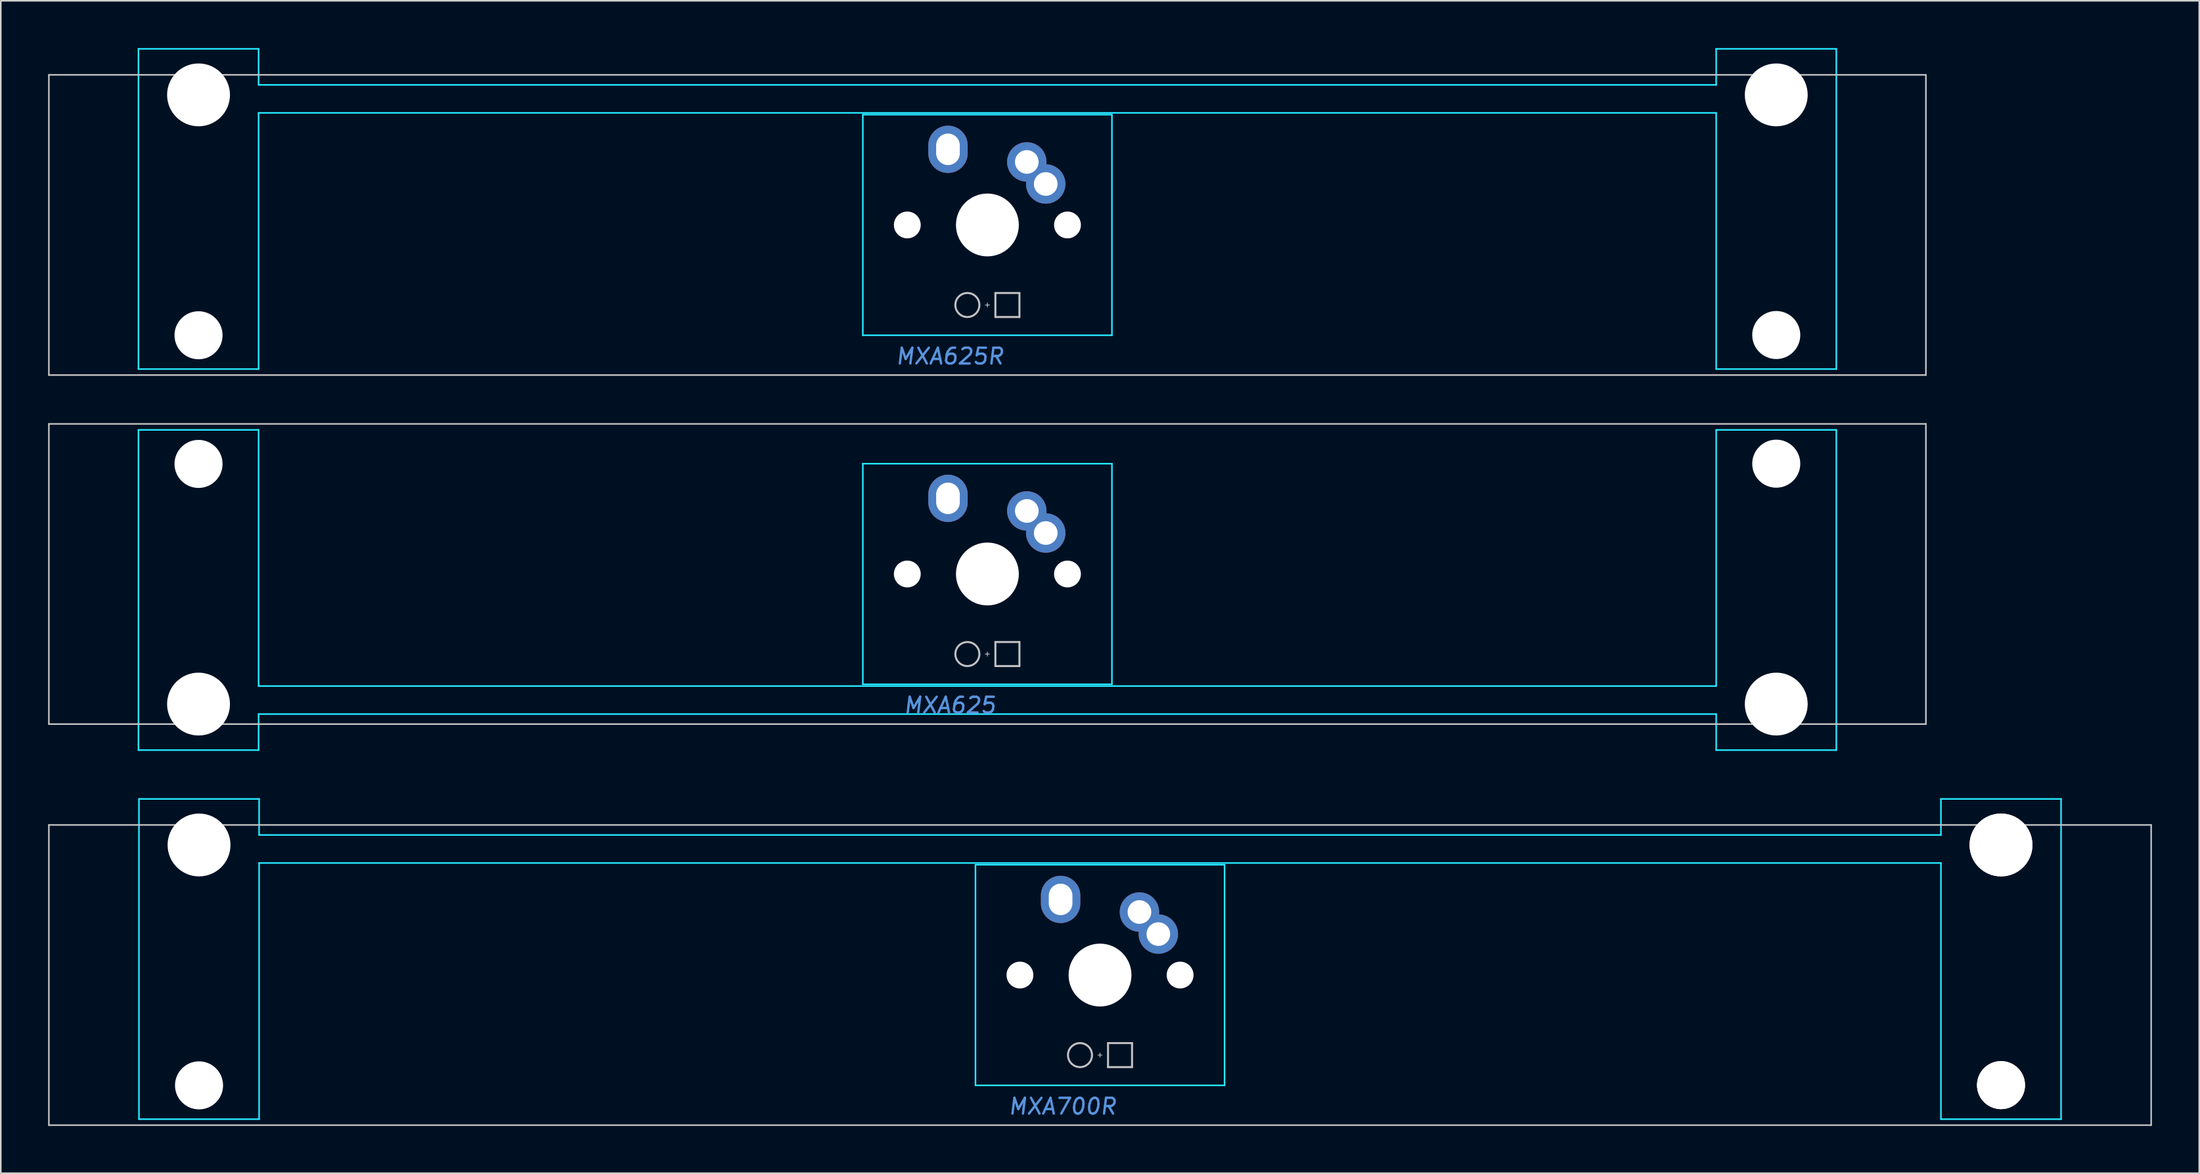
<source format=kicad_pcb>
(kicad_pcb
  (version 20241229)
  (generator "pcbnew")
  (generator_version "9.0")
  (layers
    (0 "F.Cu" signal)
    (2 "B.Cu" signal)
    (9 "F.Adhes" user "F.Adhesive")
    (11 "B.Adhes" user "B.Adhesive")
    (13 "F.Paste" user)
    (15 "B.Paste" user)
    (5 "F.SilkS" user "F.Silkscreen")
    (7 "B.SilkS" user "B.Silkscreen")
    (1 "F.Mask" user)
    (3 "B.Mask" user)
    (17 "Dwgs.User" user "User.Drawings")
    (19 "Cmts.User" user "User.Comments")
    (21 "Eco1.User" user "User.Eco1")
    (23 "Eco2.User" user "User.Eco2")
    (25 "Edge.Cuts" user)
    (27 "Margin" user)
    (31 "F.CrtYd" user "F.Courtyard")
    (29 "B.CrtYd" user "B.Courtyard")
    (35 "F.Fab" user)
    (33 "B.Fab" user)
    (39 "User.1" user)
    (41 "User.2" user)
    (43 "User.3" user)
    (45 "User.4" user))
  (footprint "MXA625"
    (layer "F.Cu")
    (at 59.581 33.376)
    (property "Reference" "MXA625" (at -2.381 8.334 0) (layer "Cmts.User") (effects (font (size 1 1) (thickness 0.15) (italic yes))))
    (attr through_hole)
    (fp_line (start -59.531 -9.525) (end -59.531 9.525) (stroke (width 0.1) (type solid)) (layer "Dwgs.User"))
    (fp_line (start -59.531 -9.525) (end 59.531 -9.525) (stroke (width 0.1) (type solid)) (layer "Dwgs.User"))
    (fp_line (start -59.531 9.525) (end 59.531 9.525) (stroke (width 0.1) (type solid)) (layer "Dwgs.User"))
    (fp_line (start -0.127 5.08) (end 0.127 5.08) (stroke (width 0.051) (type solid)) (layer "Dwgs.User"))
    (fp_line (start 0 5.207) (end 0 4.953) (stroke (width 0.051) (type solid)) (layer "Dwgs.User"))
    (fp_line (start 0.508 4.318) (end 0.508 5.842) (stroke (width 0.127) (type solid)) (layer "Dwgs.User"))
    (fp_line (start 0.508 4.318) (end 2.032 4.318) (stroke (width 0.127) (type solid)) (layer "Dwgs.User"))
    (fp_line (start 0.508 5.842) (end 2.032 5.842) (stroke (width 0.127) (type solid)) (layer "Dwgs.User"))
    (fp_line (start 2.032 5.842) (end 2.032 4.318) (stroke (width 0.127) (type solid)) (layer "Dwgs.User"))
    (fp_line (start 59.531 -9.525) (end 59.531 9.525) (stroke (width 0.1) (type solid)) (layer "Dwgs.User"))
    (fp_circle (center -1.27 5.08) (end -0.508 5.08) (stroke (width 0.127) (type solid)) (fill no) (layer "Dwgs.User"))
    (fp_line (start -53.848 -9.144) (end -53.848 11.176) (stroke (width 0.1) (type solid)) (layer "B.CrtYd"))
    (fp_line (start -53.848 -9.144) (end -46.228 -9.144) (stroke (width 0.1) (type solid)) (layer "B.CrtYd"))
    (fp_line (start -53.848 11.176) (end -46.228 11.176) (stroke (width 0.1) (type solid)) (layer "B.CrtYd"))
    (fp_line (start -46.228 7.112) (end -46.228 -9.144) (stroke (width 0.1) (type solid)) (layer "B.CrtYd"))
    (fp_line (start -46.228 7.112) (end 46.228 7.112) (stroke (width 0.1) (type solid)) (layer "B.CrtYd"))
    (fp_line (start -46.228 8.89) (end -46.228 11.176) (stroke (width 0.1) (type solid)) (layer "B.CrtYd"))
    (fp_line (start -46.228 8.89) (end 46.228 8.89) (stroke (width 0.1) (type solid)) (layer "B.CrtYd"))
    (fp_line (start -7.9 -7) (end 7.9 -7) (stroke (width 0.1) (type solid)) (layer "B.CrtYd"))
    (fp_line (start -7.9 7) (end -7.9 -7) (stroke (width 0.1) (type solid)) (layer "B.CrtYd"))
    (fp_line (start -7.9 7) (end 7.9 7) (stroke (width 0.1) (type solid)) (layer "B.CrtYd"))
    (fp_line (start 7.9 7) (end 7.9 -7) (stroke (width 0.1) (type solid)) (layer "B.CrtYd"))
    (fp_line (start 46.228 -9.144) (end 53.848 -9.144) (stroke (width 0.1) (type solid)) (layer "B.CrtYd"))
    (fp_line (start 46.228 7.112) (end 46.228 -9.144) (stroke (width 0.1) (type solid)) (layer "B.CrtYd"))
    (fp_line (start 46.228 8.89) (end 46.228 11.176) (stroke (width 0.1) (type solid)) (layer "B.CrtYd"))
    (fp_line (start 46.228 11.176) (end 53.848 11.176) (stroke (width 0.1) (type solid)) (layer "B.CrtYd"))
    (fp_line (start 53.848 -9.144) (end 53.848 11.176) (stroke (width 0.1) (type solid)) (layer "B.CrtYd"))
    (pad "" np_thru_hole circle (at -50.038 -6.985 180) (size 3.048 3.048) (drill 3.048) (layers "*.Cu" "*.Mask"))
    (pad "" np_thru_hole circle (at -50.038 8.255 180) (size 3.988 3.988) (drill 3.988) (layers "*.Cu" "*.Mask"))
    (pad "" np_thru_hole circle (at -5.08 0) (size 1.702 1.702) (drill 1.702) (layers "*.Cu" "*.Mask"))
    (pad "" np_thru_hole circle (at 0 0) (size 3.988 3.988) (drill 3.988) (layers "*.Cu" "*.Mask"))
    (pad "" np_thru_hole circle (at 5.08 0) (size 1.702 1.702) (drill 1.702) (layers "*.Cu" "*.Mask"))
    (pad "" np_thru_hole circle (at 50.038 -7 180) (size 3.048 3.048) (drill 3.048) (layers "*.Cu" "*.Mask"))
    (pad "" np_thru_hole circle (at 50.038 8.255 180) (size 3.988 3.988) (drill 3.988) (layers "*.Cu" "*.Mask"))
    (pad "1" thru_hole oval (at -2.5 -4.8) (size 2.5 3) (drill oval 1.5 2) (layers "*.Cu" "*.Mask"))
    (pad "2" thru_hole circle (at 2.5 -4) (size 2.5 2.5) (drill 1.5) (layers "*.Cu" "*.Mask"))
    (pad "2" thru_hole circle (at 3.7 -2.6) (size 2.5 2.5) (drill 1.5) (layers "*.Cu" "*.Mask")))
  (footprint "MXA625R"
    (layer "F.Cu")
    (at 59.581 11.226)
    (property "Reference" "MXA625R" (at -2.381 8.334 0) (layer "Cmts.User") (effects (font (size 1 1) (thickness 0.15) (italic yes))))
    (attr through_hole)
    (fp_line (start -59.531 -9.525) (end -59.531 9.525) (stroke (width 0.1) (type solid)) (layer "Dwgs.User"))
    (fp_line (start -59.531 -9.525) (end 59.531 -9.525) (stroke (width 0.1) (type solid)) (layer "Dwgs.User"))
    (fp_line (start -59.531 9.525) (end 59.531 9.525) (stroke (width 0.1) (type solid)) (layer "Dwgs.User"))
    (fp_line (start -0.127 5.08) (end 0.127 5.08) (stroke (width 0.051) (type solid)) (layer "Dwgs.User"))
    (fp_line (start 0 5.207) (end 0 4.953) (stroke (width 0.051) (type solid)) (layer "Dwgs.User"))
    (fp_line (start 0.508 4.318) (end 0.508 5.842) (stroke (width 0.127) (type solid)) (layer "Dwgs.User"))
    (fp_line (start 0.508 4.318) (end 2.032 4.318) (stroke (width 0.127) (type solid)) (layer "Dwgs.User"))
    (fp_line (start 0.508 5.842) (end 2.032 5.842) (stroke (width 0.127) (type solid)) (layer "Dwgs.User"))
    (fp_line (start 2.032 5.842) (end 2.032 4.318) (stroke (width 0.127) (type solid)) (layer "Dwgs.User"))
    (fp_line (start 59.531 -9.525) (end 59.531 9.525) (stroke (width 0.1) (type solid)) (layer "Dwgs.User"))
    (fp_circle (center -1.27 5.08) (end -0.508 5.08) (stroke (width 0.127) (type solid)) (fill no) (layer "Dwgs.User"))
    (fp_line (start -53.848 9.144) (end -53.848 -11.176) (stroke (width 0.1) (type solid)) (layer "B.CrtYd"))
    (fp_line (start -46.228 -11.176) (end -53.848 -11.176) (stroke (width 0.1) (type solid)) (layer "B.CrtYd"))
    (fp_line (start -46.228 -8.89) (end -46.228 -11.176) (stroke (width 0.1) (type solid)) (layer "B.CrtYd"))
    (fp_line (start -46.228 -7.112) (end -46.228 9.144) (stroke (width 0.1) (type solid)) (layer "B.CrtYd"))
    (fp_line (start -46.228 9.144) (end -53.848 9.144) (stroke (width 0.1) (type solid)) (layer "B.CrtYd"))
    (fp_line (start -7.9 -7) (end 7.9 -7) (stroke (width 0.1) (type solid)) (layer "B.CrtYd"))
    (fp_line (start -7.9 7) (end -7.9 -7) (stroke (width 0.1) (type solid)) (layer "B.CrtYd"))
    (fp_line (start -7.9 7) (end 7.9 7) (stroke (width 0.1) (type solid)) (layer "B.CrtYd"))
    (fp_line (start 7.9 7) (end 7.9 -7) (stroke (width 0.1) (type solid)) (layer "B.CrtYd"))
    (fp_line (start 46.228 -8.89) (end -46.228 -8.89) (stroke (width 0.1) (type solid)) (layer "B.CrtYd"))
    (fp_line (start 46.228 -8.89) (end 46.228 -11.176) (stroke (width 0.1) (type solid)) (layer "B.CrtYd"))
    (fp_line (start 46.228 -7.112) (end -46.228 -7.112) (stroke (width 0.1) (type solid)) (layer "B.CrtYd"))
    (fp_line (start 46.228 -7.112) (end 46.228 9.144) (stroke (width 0.1) (type solid)) (layer "B.CrtYd"))
    (fp_line (start 53.848 -11.176) (end 46.228 -11.176) (stroke (width 0.1) (type solid)) (layer "B.CrtYd"))
    (fp_line (start 53.848 9.144) (end 46.228 9.144) (stroke (width 0.1) (type solid)) (layer "B.CrtYd"))
    (fp_line (start 53.848 9.144) (end 53.848 -11.176) (stroke (width 0.1) (type solid)) (layer "B.CrtYd"))
    (pad "" np_thru_hole circle (at -50.038 -8.255) (size 3.988 3.988) (drill 3.988) (layers "*.Cu" "*.Mask"))
    (pad "" np_thru_hole circle (at -50.038 7) (size 3.048 3.048) (drill 3.048) (layers "*.Cu" "*.Mask"))
    (pad "" np_thru_hole circle (at -5.08 0) (size 1.702 1.702) (drill 1.702) (layers "*.Cu" "*.Mask"))
    (pad "" np_thru_hole circle (at 0 0) (size 3.988 3.988) (drill 3.988) (layers "*.Cu" "*.Mask"))
    (pad "" np_thru_hole circle (at 5.08 0) (size 1.702 1.702) (drill 1.702) (layers "*.Cu" "*.Mask"))
    (pad "" np_thru_hole circle (at 50.038 -8.255) (size 3.988 3.988) (drill 3.988) (layers "*.Cu" "*.Mask"))
    (pad "" np_thru_hole circle (at 50.038 6.985) (size 3.048 3.048) (drill 3.048) (layers "*.Cu" "*.Mask"))
    (pad "1" thru_hole oval (at -2.5 -4.8) (size 2.5 3) (drill oval 1.5 2) (layers "*.Cu" "*.Mask"))
    (pad "2" thru_hole circle (at 2.5 -4) (size 2.5 2.5) (drill 1.5) (layers "*.Cu" "*.Mask"))
    (pad "2" thru_hole circle (at 3.7 -2.6) (size 2.5 2.5) (drill 1.5) (layers "*.Cu" "*.Mask")))
  (footprint "MXA700R"
    (layer "F.Cu")
    (at 66.725 58.828)
    (property "Reference" "MXA700R" (at -2.381 8.334 0) (layer "Cmts.User") (effects (font (size 1 1) (thickness 0.15) (italic yes))))
    (attr through_hole)
    (fp_line (start -66.675 -9.525) (end -66.675 9.525) (stroke (width 0.1) (type solid)) (layer "Dwgs.User"))
    (fp_line (start -66.675 -9.525) (end 66.675 -9.525) (stroke (width 0.1) (type solid)) (layer "Dwgs.User"))
    (fp_line (start -66.675 9.525) (end 66.675 9.525) (stroke (width 0.1) (type solid)) (layer "Dwgs.User"))
    (fp_line (start -0.127 5.08) (end 0.127 5.08) (stroke (width 0.051) (type solid)) (layer "Dwgs.User"))
    (fp_line (start 0 5.207) (end 0 4.953) (stroke (width 0.051) (type solid)) (layer "Dwgs.User"))
    (fp_line (start 0.508 4.318) (end 0.508 5.842) (stroke (width 0.127) (type solid)) (layer "Dwgs.User"))
    (fp_line (start 0.508 4.318) (end 2.032 4.318) (stroke (width 0.127) (type solid)) (layer "Dwgs.User"))
    (fp_line (start 0.508 5.842) (end 2.032 5.842) (stroke (width 0.127) (type solid)) (layer "Dwgs.User"))
    (fp_line (start 2.032 5.842) (end 2.032 4.318) (stroke (width 0.127) (type solid)) (layer "Dwgs.User"))
    (fp_line (start 66.675 -9.525) (end 66.675 9.525) (stroke (width 0.1) (type solid)) (layer "Dwgs.User"))
    (fp_circle (center -1.27 5.08) (end -0.508 5.08) (stroke (width 0.127) (type solid)) (fill no) (layer "Dwgs.User"))
    (fp_line (start -60.96 9.144) (end -60.96 -11.176) (stroke (width 0.1) (type solid)) (layer "B.CrtYd"))
    (fp_line (start -53.34 -11.176) (end -60.96 -11.176) (stroke (width 0.1) (type solid)) (layer "B.CrtYd"))
    (fp_line (start -53.34 -8.89) (end -53.34 -11.176) (stroke (width 0.1) (type solid)) (layer "B.CrtYd"))
    (fp_line (start -53.34 -7.112) (end -53.34 9.144) (stroke (width 0.1) (type solid)) (layer "B.CrtYd"))
    (fp_line (start -53.34 9.144) (end -60.96 9.144) (stroke (width 0.1) (type solid)) (layer "B.CrtYd"))
    (fp_line (start -7.9 -7) (end -7.9 7) (stroke (width 0.1) (type solid)) (layer "B.CrtYd"))
    (fp_line (start 7.9 -7) (end -7.9 -7) (stroke (width 0.1) (type solid)) (layer "B.CrtYd"))
    (fp_line (start 7.9 -7) (end 7.9 7) (stroke (width 0.1) (type solid)) (layer "B.CrtYd"))
    (fp_line (start 7.9 7) (end -7.9 7) (stroke (width 0.1) (type solid)) (layer "B.CrtYd"))
    (fp_line (start 53.34 -8.89) (end -53.34 -8.89) (stroke (width 0.1) (type solid)) (layer "B.CrtYd"))
    (fp_line (start 53.34 -8.89) (end 53.34 -11.176) (stroke (width 0.1) (type solid)) (layer "B.CrtYd"))
    (fp_line (start 53.34 -7.112) (end -53.34 -7.112) (stroke (width 0.1) (type solid)) (layer "B.CrtYd"))
    (fp_line (start 53.34 -7.112) (end 53.34 9.144) (stroke (width 0.1) (type solid)) (layer "B.CrtYd"))
    (fp_line (start 60.96 -11.176) (end 53.34 -11.176) (stroke (width 0.1) (type solid)) (layer "B.CrtYd"))
    (fp_line (start 60.96 9.144) (end 53.34 9.144) (stroke (width 0.1) (type solid)) (layer "B.CrtYd"))
    (fp_line (start 60.96 9.144) (end 60.96 -11.176) (stroke (width 0.1) (type solid)) (layer "B.CrtYd"))
    (pad "" np_thru_hole circle (at -57.15 -8.255) (size 3.988 3.988) (drill 3.988) (layers "*.Cu" "*.Mask"))
    (pad "" np_thru_hole circle (at -57.15 7) (size 3.048 3.048) (drill 3.048) (layers "*.Cu" "*.Mask"))
    (pad "" np_thru_hole circle (at -5.08 0) (size 1.702 1.702) (drill 1.702) (layers "*.Cu" "*.Mask"))
    (pad "" np_thru_hole circle (at 0 0) (size 3.988 3.988) (drill 3.988) (layers "*.Cu" "*.Mask"))
    (pad "" np_thru_hole circle (at 5.08 0) (size 1.702 1.702) (drill 1.702) (layers "*.Cu" "*.Mask"))
    (pad "" np_thru_hole circle (at 57.15 -8.255) (size 3.988 3.988) (drill 3.988) (layers "*.Cu" "*.Mask"))
    (pad "" np_thru_hole circle (at 57.15 -8.255) (size 3.988 3.988) (drill 3.988) (layers "*.Cu" "*.Mask"))
    (pad "" np_thru_hole circle (at 57.15 6.985) (size 3.048 3.048) (drill 3.048) (layers "*.Cu" "*.Mask"))
    (pad "" np_thru_hole circle (at 57.15 6.985) (size 3.048 3.048) (drill 3.048) (layers "*.Cu" "*.Mask"))
    (pad "1" thru_hole oval (at -2.5 -4.8) (size 2.5 3) (drill oval 1.5 2) (layers "*.Cu" "*.Mask"))
    (pad "2" thru_hole circle (at 2.5 -4) (size 2.5 2.5) (drill 1.5) (layers "*.Cu" "*.Mask"))
    (pad "2" thru_hole circle (at 3.7 -2.6) (size 2.5 2.5) (drill 1.5) (layers "*.Cu" "*.Mask")))
  (gr_rect
    (start -3 -3)
    (end 136.45 71.403)
    (stroke (width 0.1) (type default))
    (fill no)
    (layer "Edge.Cuts")))
</source>
